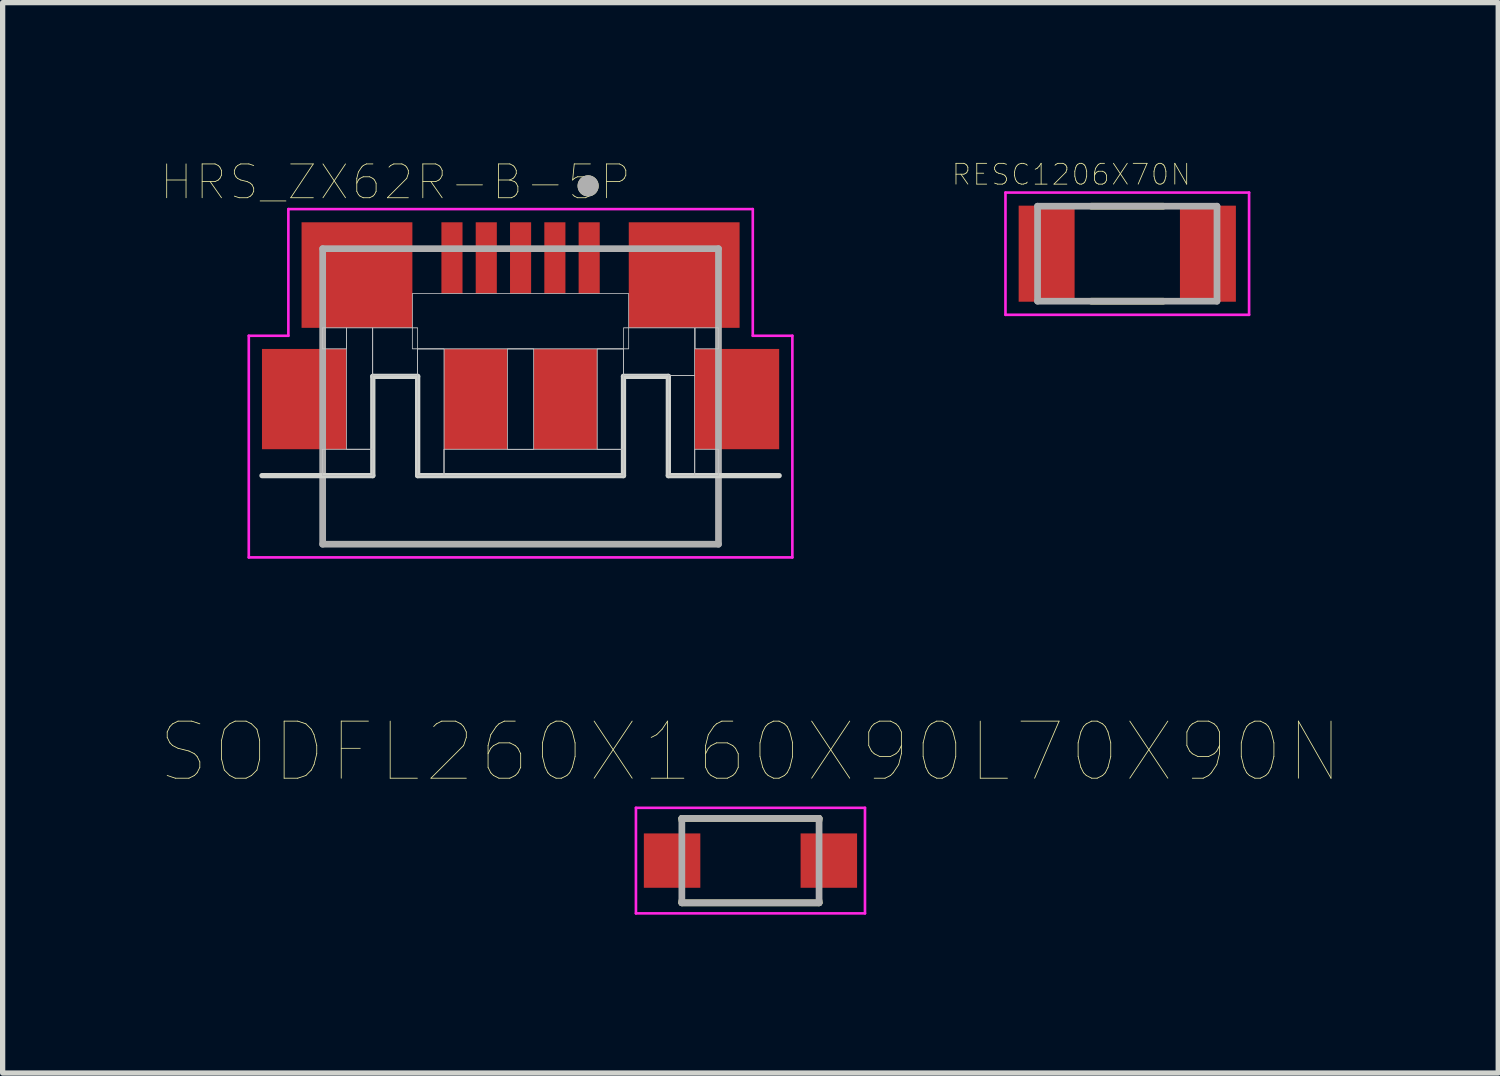
<source format=kicad_pcb>
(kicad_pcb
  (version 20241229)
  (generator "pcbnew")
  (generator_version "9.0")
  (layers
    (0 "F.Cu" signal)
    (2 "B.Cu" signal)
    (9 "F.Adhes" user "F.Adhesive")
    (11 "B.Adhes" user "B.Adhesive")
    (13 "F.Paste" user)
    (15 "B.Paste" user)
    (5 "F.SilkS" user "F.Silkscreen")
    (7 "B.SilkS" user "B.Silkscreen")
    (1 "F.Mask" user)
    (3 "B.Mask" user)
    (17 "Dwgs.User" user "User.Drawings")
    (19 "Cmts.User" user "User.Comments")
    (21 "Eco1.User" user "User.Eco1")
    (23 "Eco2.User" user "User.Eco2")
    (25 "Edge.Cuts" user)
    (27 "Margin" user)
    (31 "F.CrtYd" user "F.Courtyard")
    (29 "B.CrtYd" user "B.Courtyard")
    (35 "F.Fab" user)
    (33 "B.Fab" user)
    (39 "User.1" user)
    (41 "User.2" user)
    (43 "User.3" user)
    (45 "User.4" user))
  (footprint "HRS_ZX62R-B-5P"
    (layer "F.Cu")
    (at 6.814 4.512)
    (property "Reference" "HRS_ZX62R-B-5P" (at -2.371 -4.111 0) (layer "F.SilkS") (effects (font (size 0.641 0.641) (thickness 0.015))))
    (attr through_hole)
    (fp_circle (center 1.28 -4.04) (end 1.38 -4.04) (stroke (width 0.2) (type solid)) (fill no) (layer "F.SilkS"))
    (fp_poly (pts (xy -3.757 -1.35) (xy -3.3 -1.35) (xy -3.3 -0.952) (xy -3.757 -0.952)) (stroke (width 0.01) (type solid)) (fill no) (layer "Dwgs.User"))
    (fp_poly (pts (xy -3.756 0.95) (xy -2.8 0.95) (xy -2.8 1.452) (xy -3.756 1.452)) (stroke (width 0.01) (type solid)) (fill no) (layer "Dwgs.User"))
    (fp_poly (pts (xy -3.756 0.95) (xy -2.8 0.95) (xy -2.8 1.452) (xy -3.756 1.452)) (stroke (width 0.01) (type solid)) (fill no) (layer "Dwgs.User"))
    (fp_poly (pts (xy -3.754 -1.35) (xy -3.3 -1.35) (xy -3.3 -0.951) (xy -3.754 -0.951)) (stroke (width 0.01) (type solid)) (fill no) (layer "Dwgs.User"))
    (fp_poly (pts (xy -3.301 -1.35) (xy -2.8 -1.35) (xy -2.8 0.95) (xy -3.301 0.95)) (stroke (width 0.01) (type solid)) (fill no) (layer "Dwgs.User"))
    (fp_poly (pts (xy -3.301 -1.35) (xy -2.8 -1.35) (xy -2.8 0.95) (xy -3.301 0.95)) (stroke (width 0.01) (type solid)) (fill no) (layer "Dwgs.User"))
    (fp_poly (pts (xy -2.804 -1.35) (xy -1.95 -1.35) (xy -1.95 -0.451) (xy -2.804 -0.451)) (stroke (width 0.01) (type solid)) (fill no) (layer "Dwgs.User"))
    (fp_poly (pts (xy -2.804 -1.35) (xy -1.95 -1.35) (xy -1.95 -0.451) (xy -2.804 -0.451)) (stroke (width 0.01) (type solid)) (fill no) (layer "Dwgs.User"))
    (fp_poly (pts (xy -2.053 -2) (xy 2.05 -2) (xy 2.05 -0.951) (xy -2.053 -0.951)) (stroke (width 0.01) (type solid)) (fill no) (layer "Dwgs.User"))
    (fp_poly (pts (xy -2.051 -2) (xy 2.05 -2) (xy 2.05 -0.951) (xy -2.051 -0.951)) (stroke (width 0.01) (type solid)) (fill no) (layer "Dwgs.User"))
    (fp_poly (pts (xy -1.95 -0.95) (xy -1.45 -0.95) (xy -1.45 1.45) (xy -1.95 1.45)) (stroke (width 0.01) (type solid)) (fill no) (layer "Dwgs.User"))
    (fp_poly (pts (xy -1.95 -0.95) (xy -1.45 -0.95) (xy -1.45 1.45) (xy -1.95 1.45)) (stroke (width 0.01) (type solid)) (fill no) (layer "Dwgs.User"))
    (fp_poly (pts (xy -1.452 0.95) (xy 1.95 0.95) (xy 1.95 1.452) (xy -1.452 1.452)) (stroke (width 0.01) (type solid)) (fill no) (layer "Dwgs.User"))
    (fp_poly (pts (xy -1.451 0.95) (xy 1.95 0.95) (xy 1.95 1.451) (xy -1.451 1.451)) (stroke (width 0.01) (type solid)) (fill no) (layer "Dwgs.User"))
    (fp_poly (pts (xy -0.25 -0.95) (xy 0.25 -0.95) (xy 0.25 0.952) (xy -0.25 0.952)) (stroke (width 0.01) (type solid)) (fill no) (layer "Dwgs.User"))
    (fp_poly (pts (xy -0.25 -0.95) (xy 0.25 -0.95) (xy 0.25 0.951) (xy -0.25 0.951)) (stroke (width 0.01) (type solid)) (fill no) (layer "Dwgs.User"))
    (fp_poly (pts (xy 1.45 -0.95) (xy 1.95 -0.95) (xy 1.95 0.95) (xy 1.45 0.95)) (stroke (width 0.01) (type solid)) (fill no) (layer "Dwgs.User"))
    (fp_poly (pts (xy 1.452 -0.95) (xy 1.95 -0.95) (xy 1.95 0.951) (xy 1.452 0.951)) (stroke (width 0.01) (type solid)) (fill no) (layer "Dwgs.User"))
    (fp_poly (pts (xy 1.95 -1.35) (xy 3.3 -1.35) (xy 3.3 -0.45) (xy 1.95 -0.45)) (stroke (width 0.01) (type solid)) (fill no) (layer "Dwgs.User"))
    (fp_poly (pts (xy 1.951 -1.35) (xy 3.3 -1.35) (xy 3.3 -0.45) (xy 1.951 -0.45)) (stroke (width 0.01) (type solid)) (fill no) (layer "Dwgs.User"))
    (fp_poly (pts (xy 2.803 -0.45) (xy 3.3 -0.45) (xy 3.3 1.452) (xy 2.803 1.452)) (stroke (width 0.01) (type solid)) (fill no) (layer "Dwgs.User"))
    (fp_poly (pts (xy 2.805 -0.45) (xy 3.3 -0.45) (xy 3.3 1.452) (xy 2.805 1.452)) (stroke (width 0.01) (type solid)) (fill no) (layer "Dwgs.User"))
    (fp_poly (pts (xy 3.302 0.95) (xy 3.75 0.95) (xy 3.75 1.451) (xy 3.302 1.451)) (stroke (width 0.01) (type solid)) (fill no) (layer "Dwgs.User"))
    (fp_poly (pts (xy 3.303 0.95) (xy 3.75 0.95) (xy 3.75 1.451) (xy 3.303 1.451)) (stroke (width 0.01) (type solid)) (fill no) (layer "Dwgs.User"))
    (fp_poly (pts (xy 3.307 -1.35) (xy 3.75 -1.35) (xy 3.75 -0.952) (xy 3.307 -0.952)) (stroke (width 0.01) (type solid)) (fill no) (layer "Dwgs.User"))
    (fp_poly (pts (xy 3.307 -1.35) (xy 3.75 -1.35) (xy 3.75 -0.952) (xy 3.307 -0.952)) (stroke (width 0.01) (type solid)) (fill no) (layer "Dwgs.User"))
    (fp_line (start -4.9 1.45) (end -2.8 1.45) (stroke (width 0.1) (type solid)) (layer "Edge.Cuts"))
    (fp_line (start -2.8 -0.43) (end -1.95 -0.43) (stroke (width 0.1) (type solid)) (layer "Edge.Cuts"))
    (fp_line (start -2.8 1.45) (end -2.8 -0.43) (stroke (width 0.1) (type solid)) (layer "Edge.Cuts"))
    (fp_line (start -1.95 -0.43) (end -1.95 1.45) (stroke (width 0.1) (type solid)) (layer "Edge.Cuts"))
    (fp_line (start -1.95 1.45) (end 1.95 1.45) (stroke (width 0.1) (type solid)) (layer "Edge.Cuts"))
    (fp_line (start 1.95 -0.43) (end 2.8 -0.43) (stroke (width 0.1) (type solid)) (layer "Edge.Cuts"))
    (fp_line (start 1.95 1.45) (end 1.95 -0.43) (stroke (width 0.1) (type solid)) (layer "Edge.Cuts"))
    (fp_line (start 2.8 -0.43) (end 2.8 1.45) (stroke (width 0.1) (type solid)) (layer "Edge.Cuts"))
    (fp_line (start 2.8 1.45) (end 4.9 1.45) (stroke (width 0.1) (type solid)) (layer "Edge.Cuts"))
    (fp_line (start -5.15 -1.2) (end -4.4 -1.2) (stroke (width 0.05) (type solid)) (layer "F.CrtYd"))
    (fp_line (start -5.15 3) (end -5.15 -1.2) (stroke (width 0.05) (type solid)) (layer "F.CrtYd"))
    (fp_line (start -4.4 -3.6) (end 4.4 -3.6) (stroke (width 0.05) (type solid)) (layer "F.CrtYd"))
    (fp_line (start -4.4 -1.2) (end -4.4 -3.6) (stroke (width 0.05) (type solid)) (layer "F.CrtYd"))
    (fp_line (start 4.4 -1.2) (end 4.4 -3.6) (stroke (width 0.05) (type solid)) (layer "F.CrtYd"))
    (fp_line (start 5.15 -1.2) (end 4.4 -1.2) (stroke (width 0.05) (type solid)) (layer "F.CrtYd"))
    (fp_line (start 5.15 3) (end -5.15 3) (stroke (width 0.05) (type solid)) (layer "F.CrtYd"))
    (fp_line (start 5.15 3) (end 5.15 -1.2) (stroke (width 0.05) (type solid)) (layer "F.CrtYd"))
    (fp_line (start -3.75 -2.85) (end 3.75 -2.85) (stroke (width 0.127) (type solid)) (layer "F.Fab"))
    (fp_line (start -3.75 2.75) (end -3.75 -2.85) (stroke (width 0.127) (type solid)) (layer "F.Fab"))
    (fp_line (start 3.75 -2.85) (end 3.75 2.75) (stroke (width 0.127) (type solid)) (layer "F.Fab"))
    (fp_line (start 3.75 2.75) (end -3.75 2.75) (stroke (width 0.127) (type solid)) (layer "F.Fab"))
    (fp_circle (center 1.28 -4.04) (end 1.38 -4.04) (stroke (width 0.2) (type solid)) (fill no) (layer "F.Fab"))
    (pad "1" smd rect (at 1.3 -2.675) (size 0.4 1.35) (layers "F.Cu" "F.Mask" "F.Paste"))
    (pad "2" smd rect (at 0.65 -2.675) (size 0.4 1.35) (layers "F.Cu" "F.Mask" "F.Paste"))
    (pad "3" smd rect (at 0 -2.675) (size 0.4 1.35) (layers "F.Cu" "F.Mask" "F.Paste"))
    (pad "4" smd rect (at -0.65 -2.675) (size 0.4 1.35) (layers "F.Cu" "F.Mask" "F.Paste"))
    (pad "5" smd rect (at -1.3 -2.675) (size 0.4 1.35) (layers "F.Cu" "F.Mask" "F.Paste"))
    (pad "6" smd rect (at -4.1 0) (size 1.6 1.9) (layers "F.Cu" "F.Mask" "F.Paste"))
    (pad "6" smd rect (at -3.1 -2.35) (size 2.1 2) (layers "F.Cu" "F.Mask" "F.Paste"))
    (pad "6" smd rect (at -0.85 0) (size 1.2 1.9) (layers "F.Cu" "F.Mask" "F.Paste"))
    (pad "6" smd rect (at 0.85 0) (size 1.2 1.9) (layers "F.Cu" "F.Mask" "F.Paste"))
    (pad "6" smd rect (at 3.1 -2.35) (size 2.1 2) (layers "F.Cu" "F.Mask" "F.Paste"))
    (pad "6" smd rect (at 4.1 0) (size 1.6 1.9) (layers "F.Cu" "F.Mask" "F.Paste")))
  (footprint "SODFL260X160X90L70X90N"
    (layer "F.Cu")
    (at 11.17 13.257)
    (property "Reference" "SODFL260X160X90L70X90N" (at -0.000015 -2.061 0) (layer "F.SilkS") (effects (font (size 1.082 1.082) (thickness 0.015))))
    (attr through_hole)
    (fp_line (start -1.3 -0.8) (end -1.3 -0.762) (stroke (width 0.127) (type solid)) (layer "F.SilkS"))
    (fp_line (start -1.3 -0.8) (end 1.3 -0.8) (stroke (width 0.127) (type solid)) (layer "F.SilkS"))
    (fp_line (start -1.3 0.762) (end -1.3 0.8) (stroke (width 0.127) (type solid)) (layer "F.SilkS"))
    (fp_line (start -1.3 0.8) (end 1.3 0.8) (stroke (width 0.127) (type solid)) (layer "F.SilkS"))
    (fp_line (start 1.3 -0.8) (end 1.3 -0.762) (stroke (width 0.127) (type solid)) (layer "F.SilkS"))
    (fp_line (start 1.3 0.762) (end 1.3 0.8) (stroke (width 0.127) (type solid)) (layer "F.SilkS"))
    (fp_line (start -2.17 -1) (end 2.17 -1) (stroke (width 0.05) (type solid)) (layer "F.CrtYd"))
    (fp_line (start -2.17 1) (end -2.17 -1) (stroke (width 0.05) (type solid)) (layer "F.CrtYd"))
    (fp_line (start 2.17 -1) (end 2.17 1) (stroke (width 0.05) (type solid)) (layer "F.CrtYd"))
    (fp_line (start 2.17 1) (end -2.17 1) (stroke (width 0.05) (type solid)) (layer "F.CrtYd"))
    (fp_line (start -1.3 -0.8) (end 1.3 -0.8) (stroke (width 0.127) (type solid)) (layer "F.Fab"))
    (fp_line (start -1.3 0.8) (end -1.3 -0.8) (stroke (width 0.127) (type solid)) (layer "F.Fab"))
    (fp_line (start 1.3 -0.8) (end 1.3 0.8) (stroke (width 0.127) (type solid)) (layer "F.Fab"))
    (fp_line (start 1.3 0.8) (end -1.3 0.8) (stroke (width 0.127) (type solid)) (layer "F.Fab"))
    (pad "1" smd rect (at -1.485 0) (size 1.07 1.03) (layers "F.Cu" "F.Mask" "F.Paste"))
    (pad "2" smd rect (at 1.485 0) (size 1.07 1.03) (layers "F.Cu" "F.Mask" "F.Paste")))
  (footprint "RESC1206X70N"
    (layer "F.Cu")
    (at 18.31 1.757)
    (property "Reference" "RESC1206X70N" (at -1.06 -1.5 0) (layer "F.SilkS") (effects (font (size 0.394 0.394) (thickness 0.015))))
    (attr through_hole)
    (fp_line (start -0.68 -0.9) (end 0.68 -0.9) (stroke (width 0.127) (type solid)) (layer "F.SilkS"))
    (fp_line (start -0.68 0.9) (end 0.68 0.9) (stroke (width 0.127) (type solid)) (layer "F.SilkS"))
    (fp_line (start -2.308 -1.158) (end 2.308 -1.158) (stroke (width 0.05) (type solid)) (layer "F.CrtYd"))
    (fp_line (start -2.308 1.158) (end -2.308 -1.158) (stroke (width 0.05) (type solid)) (layer "F.CrtYd"))
    (fp_line (start -2.308 1.158) (end 2.308 1.158) (stroke (width 0.05) (type solid)) (layer "F.CrtYd"))
    (fp_line (start 2.308 1.158) (end 2.308 -1.158) (stroke (width 0.05) (type solid)) (layer "F.CrtYd"))
    (fp_line (start -1.7 0.9) (end -1.7 -0.9) (stroke (width 0.127) (type solid)) (layer "F.Fab"))
    (fp_line (start 1.7 -0.9) (end -1.7 -0.9) (stroke (width 0.127) (type solid)) (layer "F.Fab"))
    (fp_line (start 1.7 0.9) (end -1.7 0.9) (stroke (width 0.127) (type solid)) (layer "F.Fab"))
    (fp_line (start 1.7 0.9) (end 1.7 -0.9) (stroke (width 0.127) (type solid)) (layer "F.Fab"))
    (pad "1" smd rect (at -1.528 0) (size 1.06 1.82) (layers "F.Cu" "F.Mask" "F.Paste"))
    (pad "2" smd rect (at 1.528 0) (size 1.06 1.82) (layers "F.Cu" "F.Mask" "F.Paste")))
  (gr_rect
    (start -3 -3)
    (end 25.339 17.282)
    (stroke (width 0.1) (type default))
    (fill no)
    (layer "Edge.Cuts")))
</source>
